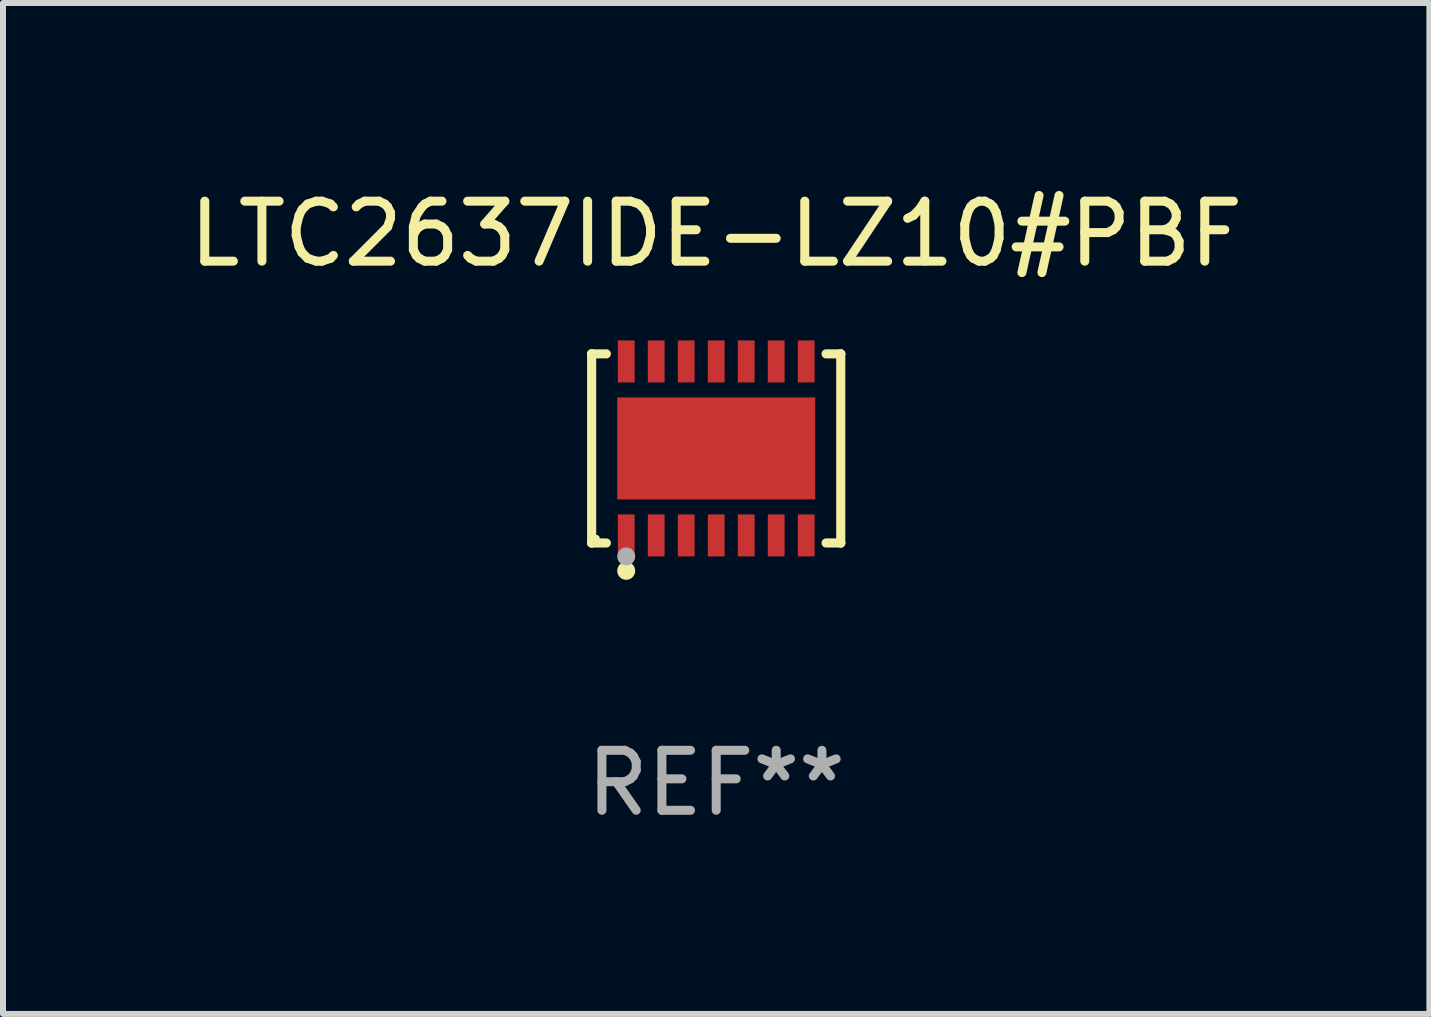
<source format=kicad_pcb>
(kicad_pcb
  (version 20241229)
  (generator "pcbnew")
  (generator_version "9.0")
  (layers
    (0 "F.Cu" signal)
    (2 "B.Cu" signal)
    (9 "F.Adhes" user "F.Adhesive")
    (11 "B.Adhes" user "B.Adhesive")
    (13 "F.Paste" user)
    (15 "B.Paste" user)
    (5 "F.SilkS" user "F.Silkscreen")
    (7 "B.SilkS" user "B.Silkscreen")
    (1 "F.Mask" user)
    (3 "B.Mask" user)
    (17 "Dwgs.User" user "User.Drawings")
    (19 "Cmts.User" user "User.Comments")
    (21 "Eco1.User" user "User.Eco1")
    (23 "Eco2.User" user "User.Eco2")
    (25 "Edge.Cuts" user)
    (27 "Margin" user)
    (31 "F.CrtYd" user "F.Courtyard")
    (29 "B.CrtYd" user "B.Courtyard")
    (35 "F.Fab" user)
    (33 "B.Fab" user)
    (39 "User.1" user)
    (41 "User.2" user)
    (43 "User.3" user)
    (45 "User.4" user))
  (footprint "LTC2637IDE-LZ10#PBF"
    (layer "F.Cu")
    (at 8.887 4.424)
    (property "Reference" "LTC2637IDE-LZ10#PBF" (at 0 -3.576 0) (layer "F.SilkS") (effects (font (size 1 1) (thickness 0.15))))
    (attr through_hole)
    (fp_line (start -2.076 -1.576) (end -2.076 -1.576) (stroke (width 0.152) (type solid)) (layer "F.SilkS"))
    (fp_line (start -2.076 -1.576) (end -1.831 -1.576) (stroke (width 0.152) (type solid)) (layer "F.SilkS"))
    (fp_line (start -2.076 1.576) (end -2.076 -1.576) (stroke (width 0.152) (type solid)) (layer "F.SilkS"))
    (fp_line (start -2.076 1.576) (end -2.076 1.576) (stroke (width 0.152) (type solid)) (layer "F.SilkS"))
    (fp_line (start -1.831 1.576) (end -2.076 1.576) (stroke (width 0.152) (type solid)) (layer "F.SilkS"))
    (fp_line (start 1.831 1.576) (end 2.076 1.576) (stroke (width 0.152) (type solid)) (layer "F.SilkS"))
    (fp_line (start 2.076 -1.576) (end 1.831 -1.576) (stroke (width 0.152) (type solid)) (layer "F.SilkS"))
    (fp_line (start 2.076 -1.576) (end 2.076 -1.576) (stroke (width 0.152) (type solid)) (layer "F.SilkS"))
    (fp_line (start 2.076 1.576) (end 2.076 -1.576) (stroke (width 0.152) (type solid)) (layer "F.SilkS"))
    (fp_line (start 2.076 1.576) (end 2.076 1.576) (stroke (width 0.152) (type solid)) (layer "F.SilkS"))
    (fp_circle (center -2 1.5) (end -1.97 1.5) (stroke (width 0.06) (type solid)) (fill no) (layer "F.SilkS"))
    (fp_circle (center -1.5 2.04) (end -1.425 2.04) (stroke (width 0.15) (type solid)) (fill no) (layer "F.SilkS"))
    (fp_circle (center -1.5 1.8) (end -1.425 1.8) (stroke (width 0.15) (type solid)) (fill no) (layer "F.Fab"))
    (fp_text user "REF**" (at 0 5.576 0) (layer "F.Fab") (effects (font (size 1 1) (thickness 0.15))))
    (pad "1" smd rect (at -1.5 1.45) (size 0.28 0.7) (layers "F.Cu" "F.Mask" "F.Paste"))
    (pad "2" smd rect (at -1 1.45) (size 0.28 0.7) (layers "F.Cu" "F.Mask" "F.Paste"))
    (pad "3" smd rect (at -0.5 1.45) (size 0.28 0.7) (layers "F.Cu" "F.Mask" "F.Paste"))
    (pad "4" smd rect (at 0 1.45) (size 0.28 0.7) (layers "F.Cu" "F.Mask" "F.Paste"))
    (pad "5" smd rect (at 0.5 1.45) (size 0.28 0.7) (layers "F.Cu" "F.Mask" "F.Paste"))
    (pad "6" smd rect (at 1 1.45) (size 0.28 0.7) (layers "F.Cu" "F.Mask" "F.Paste"))
    (pad "7" smd rect (at 1.5 1.45) (size 0.28 0.7) (layers "F.Cu" "F.Mask" "F.Paste"))
    (pad "8" smd rect (at 1.5 -1.45) (size 0.28 0.7) (layers "F.Cu" "F.Mask" "F.Paste"))
    (pad "9" smd rect (at 1 -1.45) (size 0.28 0.7) (layers "F.Cu" "F.Mask" "F.Paste"))
    (pad "10" smd rect (at 0.5 -1.45) (size 0.28 0.7) (layers "F.Cu" "F.Mask" "F.Paste"))
    (pad "11" smd rect (at 0 -1.45) (size 0.28 0.7) (layers "F.Cu" "F.Mask" "F.Paste"))
    (pad "12" smd rect (at -0.5 -1.45) (size 0.28 0.7) (layers "F.Cu" "F.Mask" "F.Paste"))
    (pad "13" smd rect (at -1 -1.45) (size 0.28 0.7) (layers "F.Cu" "F.Mask" "F.Paste"))
    (pad "14" smd rect (at -1.5 -1.45) (size 0.28 0.7) (layers "F.Cu" "F.Mask" "F.Paste"))
    (pad "15" smd rect (at 0 0) (size 3.3 1.7) (layers "F.Cu" "F.Mask" "F.Paste")))
  (gr_rect
    (start -3 -3)
    (end 20.774 13.849)
    (stroke (width 0.1) (type default))
    (fill no)
    (layer "Edge.Cuts")))
</source>
